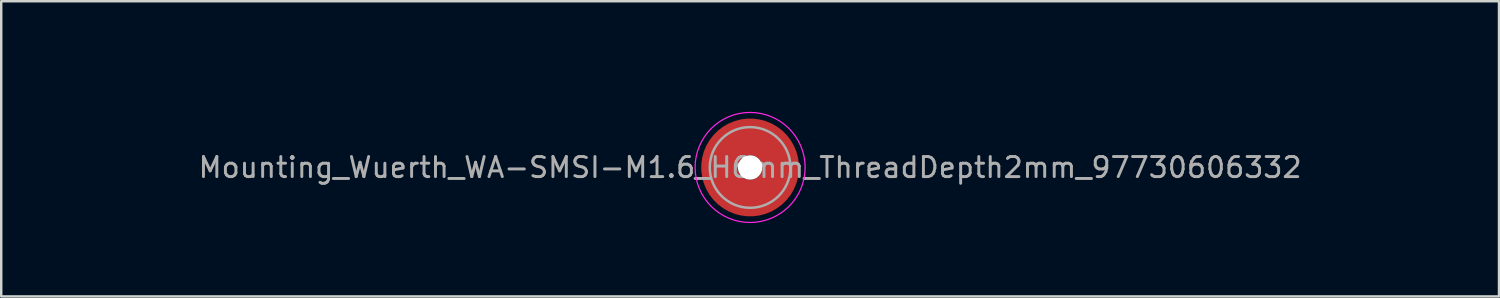
<source format=kicad_pcb>
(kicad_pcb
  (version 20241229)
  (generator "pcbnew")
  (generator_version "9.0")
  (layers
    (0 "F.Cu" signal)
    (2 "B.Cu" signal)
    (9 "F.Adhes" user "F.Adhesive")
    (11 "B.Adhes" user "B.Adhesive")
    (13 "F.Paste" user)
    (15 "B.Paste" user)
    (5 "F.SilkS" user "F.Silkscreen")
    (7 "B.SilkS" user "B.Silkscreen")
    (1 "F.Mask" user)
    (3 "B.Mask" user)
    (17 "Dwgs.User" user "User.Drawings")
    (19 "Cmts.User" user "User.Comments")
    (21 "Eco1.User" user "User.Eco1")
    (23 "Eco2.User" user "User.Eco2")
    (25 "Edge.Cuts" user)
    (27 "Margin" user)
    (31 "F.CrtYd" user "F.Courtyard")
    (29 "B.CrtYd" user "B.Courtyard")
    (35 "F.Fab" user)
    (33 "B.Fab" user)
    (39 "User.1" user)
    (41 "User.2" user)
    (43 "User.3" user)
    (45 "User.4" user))
  (footprint "Mounting_Wuerth_WA-SMSI-M1.6_H6mm_ThreadDepth2mm_97730606332"
    (layer "F.Cu")
    (at 27.625 3.798)
    (property "Reference" "Mounting_Wuerth_WA-SMSI-M1.6_H6mm_ThreadDepth2mm_97730606332" (at 0 -2.95 0) (layer "User.1") (effects (font (size 1 1) (thickness 0.15))))
    (attr smd)
    (fp_circle (center 0 0) (end 2.25 0) (stroke (width 0.05) (type solid)) (fill no) (layer "F.CrtYd"))
    (fp_circle (center 0 0) (end 1.65 0) (stroke (width 0.1) (type solid)) (fill no) (layer "F.Fab"))
    (fp_text user "${REFERENCE}" (at 0 0 0) (layer "F.Fab") (effects (font (size 0.82 0.82) (thickness 0.12))))
    (pad "" smd custom (at 0 -1.25) (size 0.9 0.9) (layers "F.Paste") (options (anchor circle)) (primitives (gr_arc (start -0.259808 0.6) (mid -0.00045 0.55) (end 0.258972 0.599667) (width 0.2)) (gr_arc (start -0.466369 0.6) (mid -0.000127 0.45) (end 0.466163 0.599852) (width 0.2)) (gr_arc (start -0.622495 0.6) (mid -0.000185 0.35) (end 0.622228 0.599745) (width 0.2)) (gr_arc (start -0.759934 0.6) (mid -0.000146 0.25) (end 0.759744 0.599777) (width 0.2)) (gr_arc (start -0.887412 0.6) (mid -0.000546 0.15) (end 0.886766 0.599119) (width 0.2)) (gr_arc (start -1.008712 0.6) (mid -0.000059 0.05) (end 1.008648 0.5999) (width 0.2)) (gr_arc (start -1.125833 0.6) (mid -0.001134 -0.049999) (end 1.124697 0.598036) (width 0.2)) (gr_arc (start -1.23996 0.6) (mid -0.00088 -0.15) (end 1.239142 0.598442) (width 0.2)) (gr_arc (start -1.351851 0.6) (mid -0.000542 -0.25) (end 1.351381 0.599023) (width 0.2)) (gr_arc (start -1.462019 0.6) (mid -0.000852 -0.35) (end 1.461326 0.598443) (width 0.2)) (gr_arc (start -1.570828 0.6) (mid -0.000608 -0.45) (end 1.570363 0.598876) (width 0.2)) (gr_arc (start -1.678541 0.6) (mid -0.000991 -0.55) (end 1.677824 0.598152) (width 0.2)) (gr_line (start 0.26 0.6) (end 1.679 0.6) (width 0.2)) (gr_line (start -0.26 0.6) (end -1.679 0.6) (width 0.2))))
    (pad "" np_thru_hole circle (at 0 0) (size 1 1) (drill 1) (layers "*.Cu" "*.Mask"))
    (pad "" smd custom (at 0 1.25) (size 0.9 0.9) (layers "F.Paste") (options (anchor circle)) (primitives (gr_arc (start 0.259808 -0.6) (mid 0.00045 -0.55) (end -0.258972 -0.599667) (width 0.2)) (gr_arc (start 0.466369 -0.6) (mid 0.000127 -0.45) (end -0.466163 -0.599852) (width 0.2)) (gr_arc (start 0.622495 -0.6) (mid 0.000185 -0.35) (end -0.622228 -0.599745) (width 0.2)) (gr_arc (start 0.759934 -0.6) (mid 0.000146 -0.25) (end -0.759744 -0.599777) (width 0.2)) (gr_arc (start 0.887412 -0.6) (mid 0.000546 -0.15) (end -0.886766 -0.599119) (width 0.2)) (gr_arc (start 1.008712 -0.6) (mid 0.000059 -0.05) (end -1.008648 -0.5999) (width 0.2)) (gr_arc (start 1.125833 -0.6) (mid 0.001134 0.049999) (end -1.124697 -0.598036) (width 0.2)) (gr_arc (start 1.23996 -0.6) (mid 0.00088 0.15) (end -1.239142 -0.598442) (width 0.2)) (gr_arc (start 1.351851 -0.6) (mid 0.000542 0.25) (end -1.351381 -0.599023) (width 0.2)) (gr_arc (start 1.462019 -0.6) (mid 0.000852 0.35) (end -1.461326 -0.598443) (width 0.2)) (gr_arc (start 1.570828 -0.6) (mid 0.000608 0.45) (end -1.570363 -0.598876) (width 0.2)) (gr_arc (start 1.678541 -0.6) (mid 0.000991 0.55) (end -1.677824 -0.598152) (width 0.2)) (gr_line (start -0.26 -0.6) (end -1.679 -0.6) (width 0.2)) (gr_line (start 0.26 -0.6) (end 1.679 -0.6) (width 0.2))))
    (pad "1" smd circle (at -1.25 0) (size 1.1 1.1) (layers "F.Cu"))
    (pad "1" smd circle (at 0 -1.25) (size 1.1 1.1) (layers "F.Cu"))
    (pad "1" smd circle (at 0 1.25) (size 1.1 1.1) (layers "F.Cu"))
    (pad "1" smd custom (at 1.25 0) (size 1.1 1.1) (layers "F.Cu" "F.Mask") (options (anchor circle)) (primitives (gr_circle (center -1.25 0) (end 0 0) (width 1.5) (fill no)))))
  (gr_rect
    (start -3 -3)
    (end 58.25 9.073)
    (stroke (width 0.1) (type default))
    (fill no)
    (layer "Edge.Cuts")))
</source>
